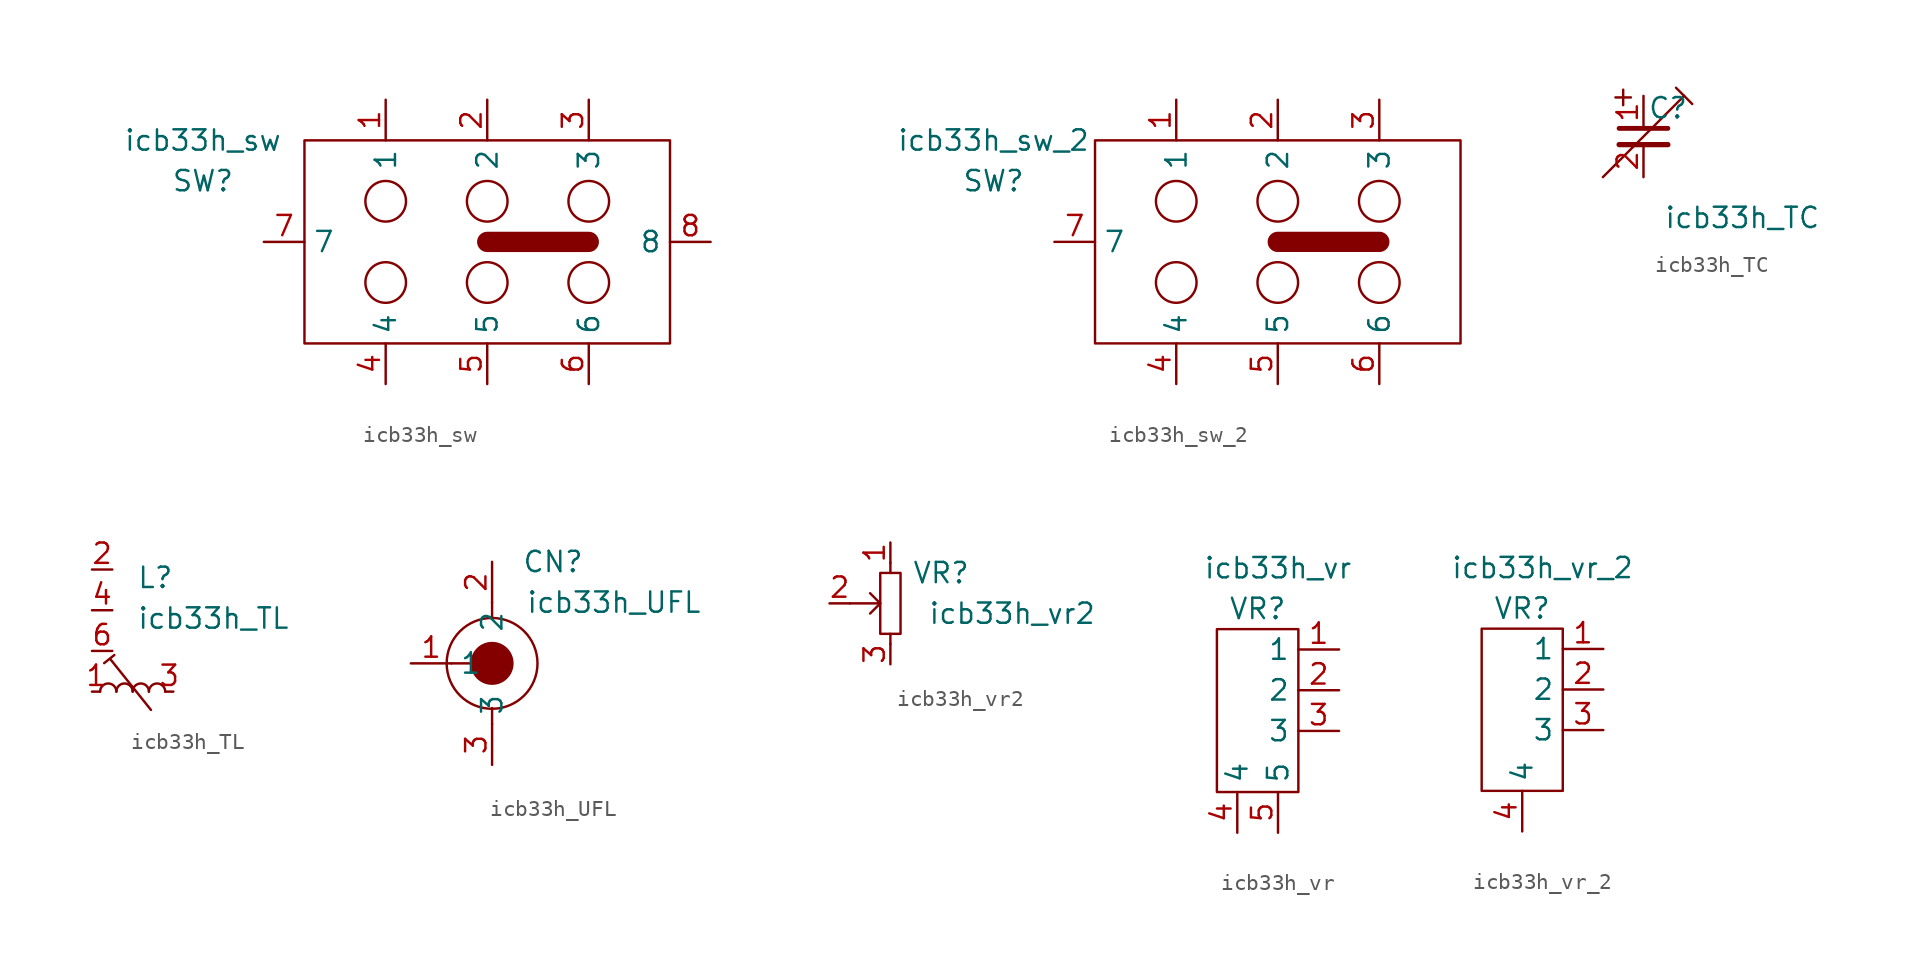
<source format=kicad_sym>
(kicad_symbol_lib
  (version 20211014)
  (generator kicad_symbol_editor)
  (symbol "icb33h_sw"
    (property "Reference" "SW"
      (at -17.78 3.81 0)
      (effects (font (size 1.27 1.27))))
    (property "Value" "icb33h_sw"
      (at -17.78 6.35 0)
      (effects (font (size 1.27 1.27))))
    (symbol "icb33h_sw_0_1"
      (rectangle (start -11.43 6.35) (end 11.43 -6.35) (stroke (width 0) (type default) (color 0 0 0 0)) (fill (type none)))
      (circle (center -6.35 -2.54) (radius 1.27) (stroke (width 0) (type default) (color 0 0 0 0)) (fill (type none)))
      (circle (center -6.35 2.54) (radius 1.27) (stroke (width 0) (type default) (color 0 0 0 0)) (fill (type none)))
      (circle (center 0 -2.54) (radius 1.27) (stroke (width 0) (type default) (color 0 0 0 0)) (fill (type none)))
      (polyline (pts (xy 0 0) (xy 5.08 0) (xy 6.35 0)) (stroke (width 1.27) (type default) (color 0 0 0 0)) (fill (type none)))
      (circle (center 0 2.54) (radius 1.27) (stroke (width 0) (type default) (color 0 0 0 0)) (fill (type none)))
      (circle (center 6.35 -2.54) (radius 1.27) (stroke (width 0) (type default) (color 0 0 0 0)) (fill (type none)))
      (circle (center 6.35 2.54) (radius 1.27) (stroke (width 0) (type default) (color 0 0 0 0)) (fill (type none))))
    (symbol "icb33h_sw_1_1"
      (pin passive line (at -6.35 8.89 270) (length 2.54) (name "1" (effects (font (size 1.27 1.27)))) (number "1" (effects (font (size 1.27 1.27)))))
      (pin passive line (at 0 8.89 270) (length 2.54) (name "2" (effects (font (size 1.27 1.27)))) (number "2" (effects (font (size 1.27 1.27)))))
      (pin passive line (at 6.35 8.89 270) (length 2.54) (name "3" (effects (font (size 1.27 1.27)))) (number "3" (effects (font (size 1.27 1.27)))))
      (pin passive line (at -6.35 -8.89 90) (length 2.54) (name "4" (effects (font (size 1.27 1.27)))) (number "4" (effects (font (size 1.27 1.27)))))
      (pin passive line (at 0 -8.89 90) (length 2.54) (name "5" (effects (font (size 1.27 1.27)))) (number "5" (effects (font (size 1.27 1.27)))))
      (pin passive line (at 6.35 -8.89 90) (length 2.54) (name "6" (effects (font (size 1.27 1.27)))) (number "6" (effects (font (size 1.27 1.27)))))
      (pin passive line (at -13.97 0 0) (length 2.54) (name "7" (effects (font (size 1.27 1.27)))) (number "7" (effects (font (size 1.27 1.27)))))
      (pin passive line (at 13.97 0 180) (length 2.54) (name "8" (effects (font (size 1.27 1.27)))) (number "8" (effects (font (size 1.27 1.27)))))))
  (symbol "icb33h_sw_2"
    (property "Reference" "SW"
      (at -17.78 3.81 0)
      (effects (font (size 1.27 1.27))))
    (property "Value" "icb33h_sw_2"
      (at -17.78 6.35 0)
      (effects (font (size 1.27 1.27))))
    (symbol "icb33h_sw_2_0_1"
      (rectangle (start -11.43 6.35) (end 11.43 -6.35) (stroke (width 0) (type default) (color 0 0 0 0)) (fill (type none)))
      (circle (center -6.35 -2.54) (radius 1.27) (stroke (width 0) (type default) (color 0 0 0 0)) (fill (type none)))
      (circle (center -6.35 2.54) (radius 1.27) (stroke (width 0) (type default) (color 0 0 0 0)) (fill (type none)))
      (circle (center 0 -2.54) (radius 1.27) (stroke (width 0) (type default) (color 0 0 0 0)) (fill (type none)))
      (polyline (pts (xy 0 0) (xy 5.08 0) (xy 6.35 0)) (stroke (width 1.27) (type default) (color 0 0 0 0)) (fill (type none)))
      (circle (center 0 2.54) (radius 1.27) (stroke (width 0) (type default) (color 0 0 0 0)) (fill (type none)))
      (circle (center 6.35 -2.54) (radius 1.27) (stroke (width 0) (type default) (color 0 0 0 0)) (fill (type none)))
      (circle (center 6.35 2.54) (radius 1.27) (stroke (width 0) (type default) (color 0 0 0 0)) (fill (type none))))
    (symbol "icb33h_sw_2_1_1"
      (pin passive line (at -6.35 8.89 270) (length 2.54) (name "1" (effects (font (size 1.27 1.27)))) (number "1" (effects (font (size 1.27 1.27)))))
      (pin passive line (at 0 8.89 270) (length 2.54) (name "2" (effects (font (size 1.27 1.27)))) (number "2" (effects (font (size 1.27 1.27)))))
      (pin passive line (at 6.35 8.89 270) (length 2.54) (name "3" (effects (font (size 1.27 1.27)))) (number "3" (effects (font (size 1.27 1.27)))))
      (pin passive line (at -6.35 -8.89 90) (length 2.54) (name "4" (effects (font (size 1.27 1.27)))) (number "4" (effects (font (size 1.27 1.27)))))
      (pin passive line (at 0 -8.89 90) (length 2.54) (name "5" (effects (font (size 1.27 1.27)))) (number "5" (effects (font (size 1.27 1.27)))))
      (pin passive line (at 6.35 -8.89 90) (length 2.54) (name "6" (effects (font (size 1.27 1.27)))) (number "6" (effects (font (size 1.27 1.27)))))
      (pin passive line (at -13.97 0 0) (length 2.54) (name "7" (effects (font (size 1.27 1.27)))) (number "7" (effects (font (size 1.27 1.27)))))))
  (symbol "icb33h_TC"
    (pin_names
      (offset 0.254) hide)
    (property "Reference" "C"
      (at 0.254 1.778 0)
      (effects (font (size 1.27 1.27)) (justify left)))
    (property "Value" "icb33h_TC"
      (at 1.27 -5.08 0)
      (effects (font (size 1.27 1.27)) (justify left)))
    (symbol "icb33h_TC_0_0"
      (text "+" (at -1.27 2.54 0) (effects (font (size 1.27 1.27)))))
    (symbol "icb33h_TC_0_1"
      (polyline (pts (xy -1.524 -0.508) (xy 1.524 -0.508)) (stroke (width 0.33) (type default) (color 0 0 0 0)) (fill (type none)))
      (polyline (pts (xy -1.524 0.508) (xy 1.524 0.508)) (stroke (width 0.305) (type default) (color 0 0 0 0)) (fill (type none)))
      (polyline (pts (xy 2.032 3.048) (xy 3.048 2.032)) (stroke (width 0) (type default) (color 0 0 0 0)) (fill (type none)))
      (polyline (pts (xy 2.54 2.54) (xy -2.54 -2.54)) (stroke (width 0) (type default) (color 0 0 0 0)) (fill (type none))))
    (symbol "icb33h_TC_1_1"
      (pin passive line (at 0 2.54 270) (length 2.032) (name "" (effects (font (size 1.27 1.27)))) (number "1" (effects (font (size 1.27 1.27)))))
      (pin passive line (at 0 -2.54 90) (length 2.032) (name "" (effects (font (size 1.27 1.27)))) (number "2" (effects (font (size 1.27 1.27)))))))
  (symbol "icb33h_TL"
    (pin_names
      (offset 0.254) hide)
    (property "Reference" "L"
      (at 0.254 7.112 0)
      (effects (font (size 1.27 1.27)) (justify left)))
    (property "Value" "icb33h_TL"
      (at 0.254 4.572 0)
      (effects (font (size 1.27 1.27)) (justify left)))
    (symbol "icb33h_TL_0_1"
      (arc (start -1.016 0) (mid -1.524 0.508) (end -2.032 0) (stroke (width 0) (type default) (color 0 0 0 0)) (fill (type none)))
      (arc (start 0 0) (mid -0.508 0.508) (end -1.016 0) (stroke (width 0) (type default) (color 0 0 0 0)) (fill (type none)))
      (polyline (pts (xy -1.778 1.778) (xy -1.143 2.286)) (stroke (width 0) (type default) (color 0 0 0 0)) (fill (type none)))
      (polyline (pts (xy 1.143 -1.143) (xy -1.397 2.032)) (stroke (width 0) (type default) (color 0 0 0 0)) (fill (type none)))
      (arc (start 1.016 0) (mid 0.508 0.508) (end 0 0) (stroke (width 0) (type default) (color 0 0 0 0)) (fill (type none)))
      (arc (start 2.032 0) (mid 1.524 0.508) (end 1.016 0) (stroke (width 0) (type default) (color 0 0 0 0)) (fill (type none))))
    (symbol "icb33h_TL_1_1"
      (pin passive line (at -2.54 0 0) (length 0.508) (name "" (effects (font (size 1.27 1.27)))) (number "1" (effects (font (size 1.27 1.27)))))
      (pin passive line (at -2.54 7.62 0) (length 1.27) (name "NC" (effects (font (size 1.27 1.27)))) (number "2" (effects (font (size 1.27 1.27)))))
      (pin passive line (at 2.54 0 180) (length 0.508) (name "" (effects (font (size 1.27 1.27)))) (number "3" (effects (font (size 1.27 1.27)))))
      (pin passive line (at -2.54 5.08 0) (length 1.27) (name "NC" (effects (font (size 1.27 1.27)))) (number "4" (effects (font (size 1.27 1.27)))))
      (pin passive line (at -2.54 2.54 0) (length 1.27) (name "NC" (effects (font (size 1.27 1.27)))) (number "6" (effects (font (size 1.27 1.27)))))))
  (symbol "icb33h_UFL"
    (property "Reference" "CN"
      (at 3.81 6.35 0)
      (effects (font (size 1.27 1.27))))
    (property "Value" "icb33h_UFL"
      (at 7.62 3.81 0)
      (effects (font (size 1.27 1.27))))
    (symbol "icb33h_UFL_0_1"
      (polyline (pts (xy -2.54 0) (xy 0 0)) (stroke (width 0) (type default) (color 0 0 0 0)) (fill (type none)))
      (polyline (pts (xy 0 -3.81) (xy 0 -2.794)) (stroke (width 0) (type default) (color 0 0 0 0)) (fill (type none)))
      (polyline (pts (xy 0 3.81) (xy 0 2.794)) (stroke (width 0) (type default) (color 0 0 0 0)) (fill (type none)))
      (circle (center 0 0) (radius 1.27) (stroke (width 0) (type default) (color 0 0 0 0)) (fill (type outline)))
      (circle (center 0 0) (radius 2.84) (stroke (width 0) (type default) (color 0 0 0 0)) (fill (type none))))
    (symbol "icb33h_UFL_1_1"
      (pin passive line (at -5.08 0 0) (length 2.54) (name "1" (effects (font (size 1.27 1.27)))) (number "1" (effects (font (size 1.27 1.27)))))
      (pin passive line (at 0 6.35 270) (length 2.54) (name "2" (effects (font (size 1.27 1.27)))) (number "2" (effects (font (size 1.27 1.27)))))
      (pin passive line (at 0 -6.35 90) (length 2.54) (name "3" (effects (font (size 1.27 1.27)))) (number "3" (effects (font (size 1.27 1.27)))))))
  (symbol "icb33h_vr2"
    (property "Reference" "VR"
      (at 3.175 1.905 0)
      (effects (font (size 1.27 1.27))))
    (property "Value" "icb33h_vr2"
      (at 7.62 -0.635 0)
      (effects (font (size 1.27 1.27))))
    (symbol "icb33h_vr2_0_0"
      (rectangle (start -0.635 -1.905) (end 0.635 1.905) (stroke (width 0) (type default) (color 0 0 0 0)) (fill (type none)))
      (polyline (pts (xy -0.635 0) (xy -1.27 -0.635)) (stroke (width 0) (type default) (color 0 0 0 0)) (fill (type none)))
      (polyline (pts (xy -2.54 0) (xy -0.635 0) (xy -1.27 0.635)) (stroke (width 0) (type default) (color 0 0 0 0)) (fill (type none))))
    (symbol "icb33h_vr2_0_1"
      (polyline (pts (xy 0 -2.54) (xy 0 -1.905)) (stroke (width 0) (type default) (color 0 0 0 0)) (fill (type none)))
      (polyline (pts (xy 0 2.54) (xy 0 1.905)) (stroke (width 0) (type default) (color 0 0 0 0)) (fill (type none))))
    (symbol "icb33h_vr2_1_1"
      (pin passive line (at 0 3.81 270) (length 1.27) (name "" (effects (font (size 1.27 1.27)))) (number "1" (effects (font (size 1.27 1.27)))))
      (pin passive line (at -3.81 0 0) (length 1.27) (name "" (effects (font (size 1.27 1.27)))) (number "2" (effects (font (size 1.27 1.27)))))
      (pin passive line (at 0 -3.81 90) (length 1.27) (name "" (effects (font (size 1.27 1.27)))) (number "3" (effects (font (size 1.27 1.27)))))))
  (symbol "icb33h_vr"
    (property "Reference" "VR"
      (at 0 6.35 0)
      (effects (font (size 1.27 1.27))))
    (property "Value" "icb33h_vr"
      (at 1.27 8.89 0)
      (effects (font (size 1.27 1.27))))
    (symbol "icb33h_vr_0_1"
      (rectangle (start -2.54 5.08) (end 2.54 -5.08) (stroke (width 0) (type default) (color 0 0 0 0)) (fill (type none))))
    (symbol "icb33h_vr_1_1"
      (pin passive line (at 5.08 3.81 180) (length 2.54) (name "1" (effects (font (size 1.27 1.27)))) (number "1" (effects (font (size 1.27 1.27)))))
      (pin passive line (at 5.08 1.27 180) (length 2.54) (name "2" (effects (font (size 1.27 1.27)))) (number "2" (effects (font (size 1.27 1.27)))))
      (pin passive line (at 5.08 -1.27 180) (length 2.54) (name "3" (effects (font (size 1.27 1.27)))) (number "3" (effects (font (size 1.27 1.27)))))
      (pin passive line (at -1.27 -7.62 90) (length 2.54) (name "4" (effects (font (size 1.27 1.27)))) (number "4" (effects (font (size 1.27 1.27)))))
      (pin passive line (at 1.27 -7.62 90) (length 2.54) (name "5" (effects (font (size 1.27 1.27)))) (number "5" (effects (font (size 1.27 1.27)))))))
  (symbol "icb33h_vr_2"
    (property "Reference" "VR"
      (at 0 6.35 0)
      (effects (font (size 1.27 1.27))))
    (property "Value" "icb33h_vr_2"
      (at 1.27 8.89 0)
      (effects (font (size 1.27 1.27))))
    (symbol "icb33h_vr_2_0_1"
      (rectangle (start -2.54 5.08) (end 2.54 -5.08) (stroke (width 0) (type default) (color 0 0 0 0)) (fill (type none))))
    (symbol "icb33h_vr_2_1_1"
      (pin passive line (at 5.08 3.81 180) (length 2.54) (name "1" (effects (font (size 1.27 1.27)))) (number "1" (effects (font (size 1.27 1.27)))))
      (pin passive line (at 5.08 1.27 180) (length 2.54) (name "2" (effects (font (size 1.27 1.27)))) (number "2" (effects (font (size 1.27 1.27)))))
      (pin passive line (at 5.08 -1.27 180) (length 2.54) (name "3" (effects (font (size 1.27 1.27)))) (number "3" (effects (font (size 1.27 1.27)))))
      (pin passive line (at 0 -7.62 90) (length 2.54) (name "4" (effects (font (size 1.27 1.27)))) (number "4" (effects (font (size 1.27 1.27))))))))
</source>
